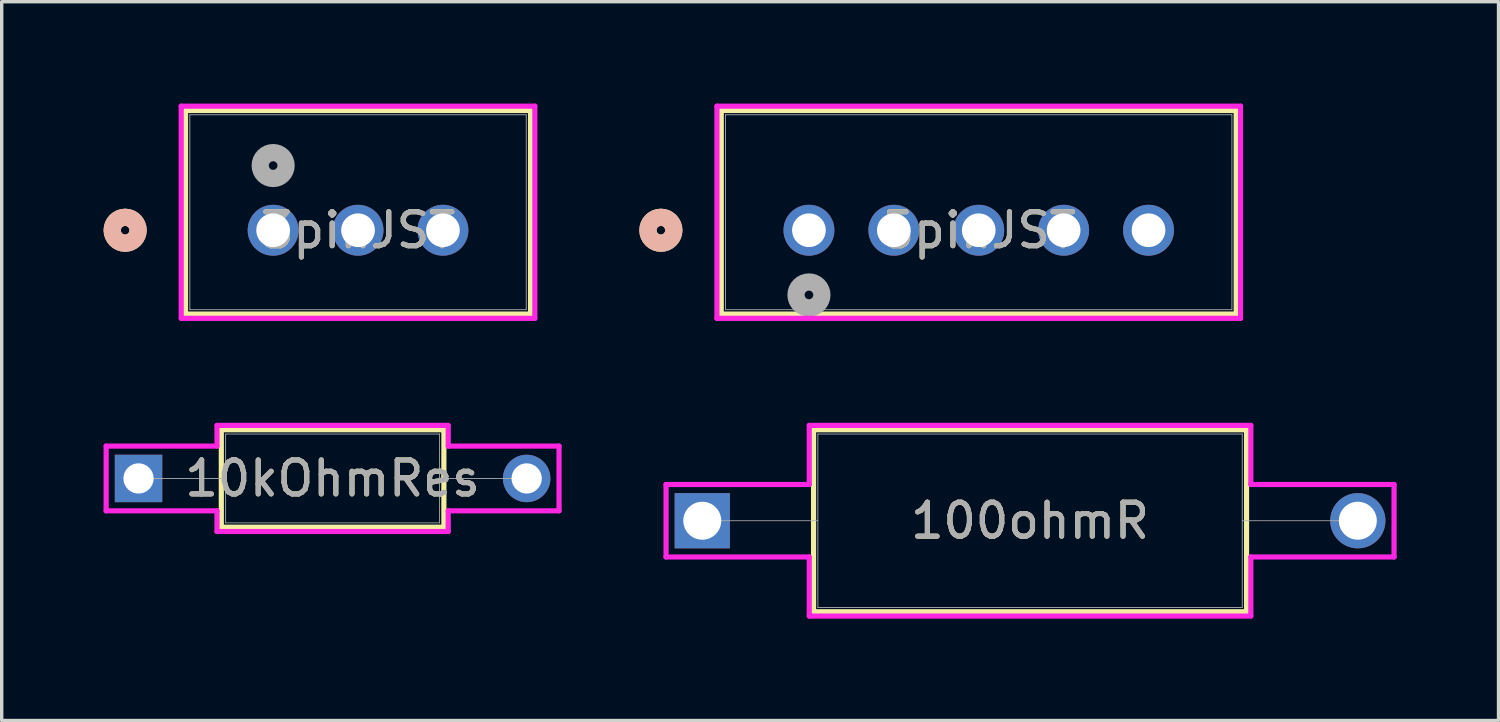
<source format=kicad_pcb>
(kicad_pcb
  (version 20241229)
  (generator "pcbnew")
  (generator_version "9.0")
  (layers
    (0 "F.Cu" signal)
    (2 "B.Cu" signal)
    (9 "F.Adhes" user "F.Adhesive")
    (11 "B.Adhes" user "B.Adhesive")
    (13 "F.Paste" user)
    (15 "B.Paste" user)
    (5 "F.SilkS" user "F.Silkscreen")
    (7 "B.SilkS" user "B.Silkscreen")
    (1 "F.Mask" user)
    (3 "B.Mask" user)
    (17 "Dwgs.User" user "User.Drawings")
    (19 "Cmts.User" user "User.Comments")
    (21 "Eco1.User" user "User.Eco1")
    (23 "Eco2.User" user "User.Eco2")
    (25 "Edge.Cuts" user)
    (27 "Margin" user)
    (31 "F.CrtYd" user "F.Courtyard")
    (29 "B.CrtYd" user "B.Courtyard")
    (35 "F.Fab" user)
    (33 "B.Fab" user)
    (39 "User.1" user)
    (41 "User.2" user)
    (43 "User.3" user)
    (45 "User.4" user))
  (footprint "5pinJST"
    (layer "F.Cu")
    (at 20.771 3.73)
    (property "Reference" "5pinJST" (at 5 0 0) (unlocked yes) (layer "F.SilkS") (effects (font (size 1 1) (thickness 0.15))))
    (attr through_hole)
    (fp_line (start -2.582 -3.527) (end -2.582 2.467) (stroke (width 0.152) (type solid)) (layer "F.SilkS"))
    (fp_line (start -2.582 2.467) (end 12.582 2.467) (stroke (width 0.152) (type solid)) (layer "F.SilkS"))
    (fp_line (start 12.582 -3.527) (end -2.582 -3.527) (stroke (width 0.152) (type solid)) (layer "F.SilkS"))
    (fp_line (start 12.582 2.467) (end 12.582 -3.527) (stroke (width 0.152) (type solid)) (layer "F.SilkS"))
    (fp_circle (center -4.36 0) (end -3.979 0) (stroke (width 0.508) (type solid)) (fill no) (layer "F.SilkS"))
    (fp_circle (center -4.36 0) (end -3.979 0) (stroke (width 0.508) (type solid)) (fill no) (layer "B.SilkS"))
    (fp_line (start -2.709 -3.654) (end -2.709 2.594) (stroke (width 0.152) (type solid)) (layer "F.CrtYd"))
    (fp_line (start -2.709 2.594) (end 12.709 2.594) (stroke (width 0.152) (type solid)) (layer "F.CrtYd"))
    (fp_line (start 12.709 -3.654) (end -2.709 -3.654) (stroke (width 0.152) (type solid)) (layer "F.CrtYd"))
    (fp_line (start 12.709 2.594) (end 12.709 -3.654) (stroke (width 0.152) (type solid)) (layer "F.CrtYd"))
    (fp_line (start -2.455 -3.4) (end -2.455 2.34) (stroke (width 0.025) (type solid)) (layer "F.Fab"))
    (fp_line (start -2.455 2.34) (end 12.455 2.34) (stroke (width 0.025) (type solid)) (layer "F.Fab"))
    (fp_line (start 12.455 -3.4) (end -2.455 -3.4) (stroke (width 0.025) (type solid)) (layer "F.Fab"))
    (fp_line (start 12.455 2.34) (end 12.455 -3.4) (stroke (width 0.025) (type solid)) (layer "F.Fab"))
    (fp_circle (center 0 1.905) (end 0.381 1.905) (stroke (width 0.508) (type solid)) (fill no) (layer "F.Fab"))
    (fp_text user "${REFERENCE}" (at 5 0 0) (unlocked yes) (layer "F.Fab") (effects (font (size 1 1) (thickness 0.15))))
    (pad "1" thru_hole circle (at 0 0) (size 1.499 1.499) (drill 0.991) (layers "*.Cu" "*.Mask"))
    (pad "2" thru_hole circle (at 2.5 0) (size 1.499 1.499) (drill 0.991) (layers "*.Cu" "*.Mask"))
    (pad "3" thru_hole circle (at 5 0) (size 1.499 1.499) (drill 0.991) (layers "*.Cu" "*.Mask"))
    (pad "4" thru_hole circle (at 7.5 0) (size 1.499 1.499) (drill 0.991) (layers "*.Cu" "*.Mask"))
    (pad "5" thru_hole circle (at 10 0) (size 1.499 1.499) (drill 0.991) (layers "*.Cu" "*.Mask")))
  (footprint "3pinJST"
    (layer "F.Cu")
    (at 4.993 3.73)
    (property "Reference" "3pinJST" (at 2.5 0 0) (unlocked yes) (layer "F.SilkS") (effects (font (size 1 1) (thickness 0.15))))
    (attr through_hole)
    (fp_line (start -2.58 -3.527) (end -2.58 2.467) (stroke (width 0.152) (type solid)) (layer "F.SilkS"))
    (fp_line (start -2.58 2.467) (end 7.58 2.467) (stroke (width 0.152) (type solid)) (layer "F.SilkS"))
    (fp_line (start 7.58 -3.527) (end -2.58 -3.527) (stroke (width 0.152) (type solid)) (layer "F.SilkS"))
    (fp_line (start 7.58 2.467) (end 7.58 -3.527) (stroke (width 0.152) (type solid)) (layer "F.SilkS"))
    (fp_circle (center -4.358 0) (end -3.977 0) (stroke (width 0.508) (type solid)) (fill no) (layer "F.SilkS"))
    (fp_circle (center -4.358 0) (end -3.977 0) (stroke (width 0.508) (type solid)) (fill no) (layer "B.SilkS"))
    (fp_line (start -2.707 -3.654) (end -2.707 2.594) (stroke (width 0.152) (type solid)) (layer "F.CrtYd"))
    (fp_line (start -2.707 2.594) (end 7.707 2.594) (stroke (width 0.152) (type solid)) (layer "F.CrtYd"))
    (fp_line (start 7.707 -3.654) (end -2.707 -3.654) (stroke (width 0.152) (type solid)) (layer "F.CrtYd"))
    (fp_line (start 7.707 2.594) (end 7.707 -3.654) (stroke (width 0.152) (type solid)) (layer "F.CrtYd"))
    (fp_line (start -2.453 -3.4) (end -2.453 2.34) (stroke (width 0.025) (type solid)) (layer "F.Fab"))
    (fp_line (start -2.453 2.34) (end 7.453 2.34) (stroke (width 0.025) (type solid)) (layer "F.Fab"))
    (fp_line (start 7.453 -3.4) (end -2.453 -3.4) (stroke (width 0.025) (type solid)) (layer "F.Fab"))
    (fp_line (start 7.453 2.34) (end 7.453 -3.4) (stroke (width 0.025) (type solid)) (layer "F.Fab"))
    (fp_circle (center 0 -1.905) (end 0.381 -1.905) (stroke (width 0.508) (type solid)) (fill no) (layer "F.Fab"))
    (fp_text user "${REFERENCE}" (at 2.5 0 0) (unlocked yes) (layer "F.Fab") (effects (font (size 1 1) (thickness 0.15))))
    (pad "1" thru_hole circle (at 0 0) (size 1.499 1.499) (drill 0.991) (layers "*.Cu" "*.Mask"))
    (pad "2" thru_hole circle (at 2.5 0) (size 1.499 1.499) (drill 0.991) (layers "*.Cu" "*.Mask"))
    (pad "3" thru_hole circle (at 5 0) (size 1.499 1.499) (drill 0.991) (layers "*.Cu" "*.Mask")))
  (footprint "100ohmR"
    (layer "F.Cu")
    (at 17.63 12.284)
    (property "Reference" "100ohmR" (at 9.652 0 0) (unlocked yes) (layer "F.SilkS") (effects (font (size 1 1) (thickness 0.15))))
    (attr through_hole)
    (fp_line (start 3.277 -2.68) (end 3.277 2.68) (stroke (width 0.152) (type solid)) (layer "F.SilkS"))
    (fp_line (start 3.277 2.68) (end 16.027 2.68) (stroke (width 0.152) (type solid)) (layer "F.SilkS"))
    (fp_line (start 16.027 -2.68) (end 3.277 -2.68) (stroke (width 0.152) (type solid)) (layer "F.SilkS"))
    (fp_line (start 16.027 2.68) (end 16.027 -2.68) (stroke (width 0.152) (type solid)) (layer "F.SilkS"))
    (fp_line (start -1.067 -1.067) (end 3.15 -1.067) (stroke (width 0.152) (type solid)) (layer "F.CrtYd"))
    (fp_line (start -1.067 1.067) (end -1.067 -1.067) (stroke (width 0.152) (type solid)) (layer "F.CrtYd"))
    (fp_line (start 3.15 -2.807) (end 16.154 -2.807) (stroke (width 0.152) (type solid)) (layer "F.CrtYd"))
    (fp_line (start 3.15 -1.067) (end 3.15 -2.807) (stroke (width 0.152) (type solid)) (layer "F.CrtYd"))
    (fp_line (start 3.15 1.067) (end -1.067 1.067) (stroke (width 0.152) (type solid)) (layer "F.CrtYd"))
    (fp_line (start 3.15 2.807) (end 3.15 1.067) (stroke (width 0.152) (type solid)) (layer "F.CrtYd"))
    (fp_line (start 16.154 -2.807) (end 16.154 -1.067) (stroke (width 0.152) (type solid)) (layer "F.CrtYd"))
    (fp_line (start 16.154 -1.067) (end 20.371 -1.067) (stroke (width 0.152) (type solid)) (layer "F.CrtYd"))
    (fp_line (start 16.154 1.067) (end 16.154 2.807) (stroke (width 0.152) (type solid)) (layer "F.CrtYd"))
    (fp_line (start 16.154 2.807) (end 3.15 2.807) (stroke (width 0.152) (type solid)) (layer "F.CrtYd"))
    (fp_line (start 20.371 -1.067) (end 20.371 1.067) (stroke (width 0.152) (type solid)) (layer "F.CrtYd"))
    (fp_line (start 20.371 1.067) (end 16.154 1.067) (stroke (width 0.152) (type solid)) (layer "F.CrtYd"))
    (fp_line (start 0 0) (end 3.404 0) (stroke (width 0.025) (type solid)) (layer "F.Fab"))
    (fp_line (start 3.404 -2.553) (end 3.404 2.553) (stroke (width 0.025) (type solid)) (layer "F.Fab"))
    (fp_line (start 3.404 2.553) (end 15.9 2.553) (stroke (width 0.025) (type solid)) (layer "F.Fab"))
    (fp_line (start 15.9 -2.553) (end 3.404 -2.553) (stroke (width 0.025) (type solid)) (layer "F.Fab"))
    (fp_line (start 15.9 2.553) (end 15.9 -2.553) (stroke (width 0.025) (type solid)) (layer "F.Fab"))
    (fp_line (start 19.304 0) (end 15.9 0) (stroke (width 0.025) (type solid)) (layer "F.Fab"))
    (fp_text user "${REFERENCE}" (at 9.652 0 0) (unlocked yes) (layer "F.Fab") (effects (font (size 1 1) (thickness 0.15))))
    (pad "1" thru_hole rect (at 0 0) (size 1.626 1.626) (drill 1.118) (layers "*.Cu" "*.Mask"))
    (pad "2" thru_hole circle (at 19.304 0) (size 1.626 1.626) (drill 1.118) (layers "*.Cu" "*.Mask")))
  (footprint "10kOhmRes"
    (layer "F.Cu")
    (at 1.029 11.039)
    (property "Reference" "10kOhmRes" (at 5.715 0 0) (unlocked yes) (layer "F.SilkS") (effects (font (size 1 1) (thickness 0.15))))
    (attr through_hole)
    (fp_line (start 2.438 -1.435) (end 2.438 1.435) (stroke (width 0.152) (type solid)) (layer "F.SilkS"))
    (fp_line (start 2.438 1.435) (end 8.992 1.435) (stroke (width 0.152) (type solid)) (layer "F.SilkS"))
    (fp_line (start 8.992 -1.435) (end 2.438 -1.435) (stroke (width 0.152) (type solid)) (layer "F.SilkS"))
    (fp_line (start 8.992 1.435) (end 8.992 -1.435) (stroke (width 0.152) (type solid)) (layer "F.SilkS"))
    (fp_line (start -0.953 -0.953) (end 2.311 -0.953) (stroke (width 0.152) (type solid)) (layer "F.CrtYd"))
    (fp_line (start -0.953 0.953) (end -0.953 -0.953) (stroke (width 0.152) (type solid)) (layer "F.CrtYd"))
    (fp_line (start 2.311 -1.562) (end 9.119 -1.562) (stroke (width 0.152) (type solid)) (layer "F.CrtYd"))
    (fp_line (start 2.311 -0.953) (end 2.311 -1.562) (stroke (width 0.152) (type solid)) (layer "F.CrtYd"))
    (fp_line (start 2.311 0.953) (end -0.953 0.953) (stroke (width 0.152) (type solid)) (layer "F.CrtYd"))
    (fp_line (start 2.311 1.562) (end 2.311 0.953) (stroke (width 0.152) (type solid)) (layer "F.CrtYd"))
    (fp_line (start 9.119 -1.562) (end 9.119 -0.953) (stroke (width 0.152) (type solid)) (layer "F.CrtYd"))
    (fp_line (start 9.119 -0.953) (end 12.383 -0.953) (stroke (width 0.152) (type solid)) (layer "F.CrtYd"))
    (fp_line (start 9.119 0.953) (end 9.119 1.562) (stroke (width 0.152) (type solid)) (layer "F.CrtYd"))
    (fp_line (start 9.119 1.562) (end 2.311 1.562) (stroke (width 0.152) (type solid)) (layer "F.CrtYd"))
    (fp_line (start 12.383 -0.953) (end 12.383 0.953) (stroke (width 0.152) (type solid)) (layer "F.CrtYd"))
    (fp_line (start 12.383 0.953) (end 9.119 0.953) (stroke (width 0.152) (type solid)) (layer "F.CrtYd"))
    (fp_line (start 0 0) (end 2.565 0) (stroke (width 0.025) (type solid)) (layer "F.Fab"))
    (fp_line (start 2.565 -1.308) (end 2.565 1.308) (stroke (width 0.025) (type solid)) (layer "F.Fab"))
    (fp_line (start 2.565 1.308) (end 8.865 1.308) (stroke (width 0.025) (type solid)) (layer "F.Fab"))
    (fp_line (start 8.865 -1.308) (end 2.565 -1.308) (stroke (width 0.025) (type solid)) (layer "F.Fab"))
    (fp_line (start 8.865 1.308) (end 8.865 -1.308) (stroke (width 0.025) (type solid)) (layer "F.Fab"))
    (fp_line (start 11.43 0) (end 8.865 0) (stroke (width 0.025) (type solid)) (layer "F.Fab"))
    (fp_text user "${REFERENCE}" (at 5.715 0 0) (unlocked yes) (layer "F.Fab") (effects (font (size 1 1) (thickness 0.15))))
    (pad "1" thru_hole rect (at 0 0) (size 1.397 1.397) (drill 0.889) (layers "*.Cu" "*.Mask"))
    (pad "2" thru_hole circle (at 11.43 0) (size 1.397 1.397) (drill 0.889) (layers "*.Cu" "*.Mask")))
  (gr_rect
    (start -3 -3)
    (end 41.077 18.167)
    (stroke (width 0.1) (type default))
    (fill no)
    (layer "Edge.Cuts")))
</source>
